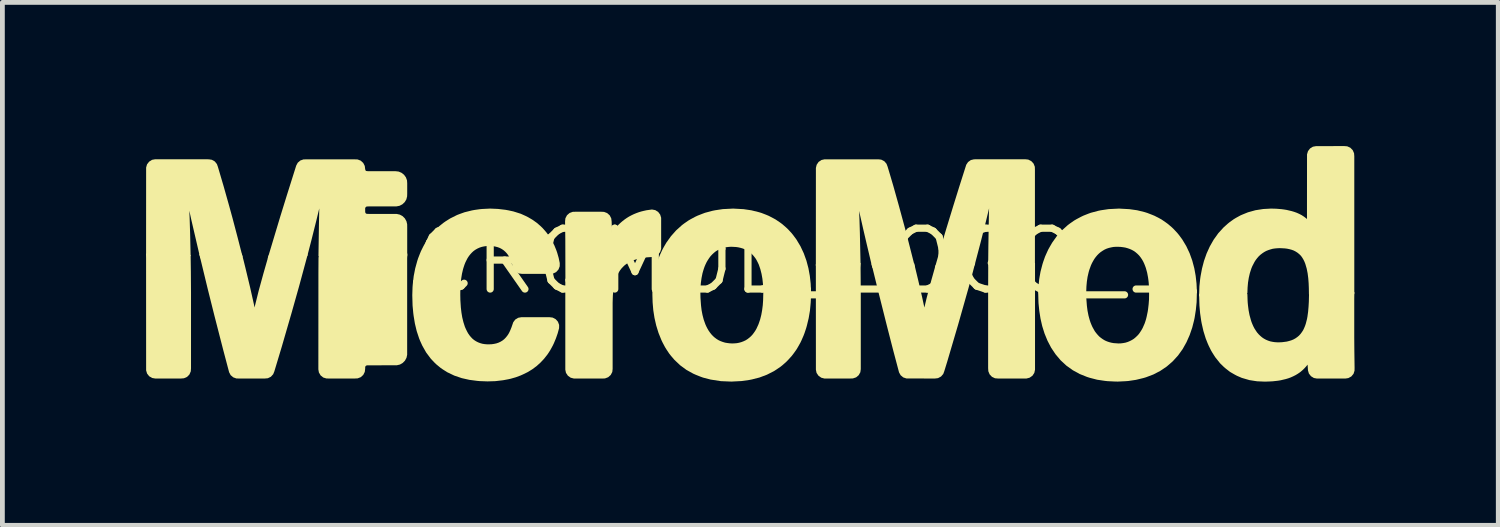
<source format=kicad_pcb>
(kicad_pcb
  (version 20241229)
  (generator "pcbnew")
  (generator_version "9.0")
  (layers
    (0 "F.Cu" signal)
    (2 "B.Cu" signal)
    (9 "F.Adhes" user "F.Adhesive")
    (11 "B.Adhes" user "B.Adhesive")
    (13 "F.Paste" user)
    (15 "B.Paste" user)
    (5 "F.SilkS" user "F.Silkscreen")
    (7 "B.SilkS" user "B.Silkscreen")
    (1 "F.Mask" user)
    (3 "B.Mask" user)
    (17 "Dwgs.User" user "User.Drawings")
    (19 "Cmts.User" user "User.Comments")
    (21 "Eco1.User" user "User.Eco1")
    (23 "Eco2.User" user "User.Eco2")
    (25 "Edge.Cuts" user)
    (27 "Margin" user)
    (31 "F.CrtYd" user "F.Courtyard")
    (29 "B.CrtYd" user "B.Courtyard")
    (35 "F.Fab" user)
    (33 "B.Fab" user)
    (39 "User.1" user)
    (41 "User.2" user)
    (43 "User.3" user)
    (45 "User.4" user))
  (footprint "MICROMOD_LOGO_1"
    (layer "F.Cu")
    (at 12.597 2.405)
    (property "Reference" "MICROMOD_LOGO_1" (at 0 0 0) (layer "F.SilkS") (effects (font (size 1.27 1.27) (thickness 0.15))))
    (fp_poly (pts (xy 2.325 0.665) (xy 2.325 2.252) (xy 2.316 2.317) (xy 2.281 2.379) (xy 2.227 2.424) (xy 2.161 2.446) (xy 2.1 2.448) (xy 1.565 2.448) (xy 1.5 2.431) (xy 1.442 2.39) (xy 1.402 2.331) (xy 1.388 2.265) (xy 1.387 0.058) (xy 1.472 0.035) (xy 2.32 0.035)) (stroke (width 0) (type default)) (fill yes) (layer "F.SilkS"))
    (fp_poly (pts (xy 5.963 2.265) (xy 5.948 2.331) (xy 5.909 2.39) (xy 5.85 2.431) (xy 5.784 2.448) (xy 5.192 2.448) (xy 5.128 2.443) (xy 5.064 2.413) (xy 5.015 2.361) (xy 4.988 2.296) (xy 4.984 2.233) (xy 4.984 0.693) (xy 4.986 0.088) (xy 5.045 0.035) (xy 5.963 0.035)) (stroke (width 0) (type default)) (fill yes) (layer "F.SilkS"))
    (fp_poly (pts (xy -11.667 -0.126) (xy -11.662 0.223) (xy -11.659 0.647) (xy -11.659 2.236) (xy -11.664 2.299) (xy -11.692 2.364) (xy -11.742 2.415) (xy -11.807 2.443) (xy -11.87 2.448) (xy -12.405 2.448) (xy -12.47 2.437) (xy -12.532 2.401) (xy -12.576 2.345) (xy -12.596 2.279) (xy -12.597 -0.16) (xy -11.743 -0.16)) (stroke (width 0) (type default)) (fill yes) (layer "F.SilkS"))
    (fp_poly (pts (xy -2.827 0.509) (xy -2.842 0.61) (xy -2.851 0.713) (xy -2.853 0.764) (xy -2.856 0.869) (xy -2.856 2.247) (xy -2.863 2.311) (xy -2.896 2.374) (xy -2.949 2.421) (xy -3.015 2.446) (xy -3.077 2.449) (xy -3.666 2.448) (xy -3.732 2.431) (xy -3.79 2.39) (xy -3.83 2.33) (xy -3.844 2.264) (xy -3.844 0.367) (xy -3.757 0.346) (xy -2.788 0.346)) (stroke (width 0) (type default)) (fill yes) (layer "F.SilkS"))
    (fp_poly (pts (xy -11.289 -2.129) (xy -11.224 -2.119) (xy -11.162 -2.084) (xy -11.118 -2.029) (xy -11.097 -1.97) (xy -10.977 -1.563) (xy -10.862 -1.155) (xy -10.792 -0.9) (xy -10.684 -0.49) (xy -10.579 -0.081) (xy -10.676 -0.06) (xy -11.459 -0.06) (xy -11.485 -0.145) (xy -11.653 -0.868) (xy -11.694 -1.056) (xy -11.687 -0.879) (xy -11.677 -0.561) (xy -11.667 -0.117) (xy -11.723 -0.06) (xy -12.576 -0.06) (xy -12.597 -0.147) (xy -12.596 -1.958) (xy -12.577 -2.024) (xy -12.533 -2.08) (xy -12.473 -2.118) (xy -12.407 -2.13)) (stroke (width 0) (type default)) (fill yes) (layer "F.SilkS"))
    (fp_poly (pts (xy -7.146 -0.057) (xy -7.146 1.953) (xy -7.16 2.016) (xy -7.192 2.075) (xy -7.238 2.122) (xy -7.296 2.156) (xy -7.36 2.171) (xy -7.987 2.173) (xy -8.01 2.184) (xy -8.022 2.204) (xy -8.023 2.246) (xy -8.031 2.31) (xy -8.063 2.373) (xy -8.115 2.42) (xy -8.18 2.445) (xy -8.242 2.448) (xy -8.772 2.448) (xy -8.832 2.447) (xy -8.898 2.427) (xy -8.953 2.383) (xy -8.989 2.321) (xy -9 2.257) (xy -8.999 0.247) (xy -8.997 -0.076) (xy -8.972 -0.16) (xy -7.142 -0.16)) (stroke (width 0) (type default)) (fill yes) (layer "F.SilkS"))
    (fp_poly (pts (xy 5.822 -2.123) (xy 5.885 -2.091) (xy 5.933 -2.039) (xy 5.959 -1.973) (xy 5.961 -1.911) (xy 5.961 0.064) (xy 5.921 0.134) (xy 5.004 0.134) (xy 4.985 0.045) (xy 4.989 -0.331) (xy 5.001 -1.02) (xy 5.004 -1.106) (xy 4.944 -0.857) (xy 4.827 -0.394) (xy 4.702 0.081) (xy 4.647 0.134) (xy 3.872 0.134) (xy 3.978 -0.235) (xy 4.099 -0.641) (xy 4.254 -1.148) (xy 4.38 -1.553) (xy 4.527 -2.015) (xy 4.565 -2.072) (xy 4.623 -2.113) (xy 4.69 -2.129) (xy 5.702 -2.13) (xy 5.758 -2.13)) (stroke (width 0) (type default)) (fill yes) (layer "F.SilkS"))
    (fp_poly (pts (xy 2.752 -2.122) (xy 2.816 -2.089) (xy 2.862 -2.036) (xy 2.885 -1.976) (xy 2.946 -1.772) (xy 3.006 -1.568) (xy 3.12 -1.161) (xy 3.245 -0.701) (xy 3.299 -0.496) (xy 3.457 0.125) (xy 3.348 0.135) (xy 2.566 0.135) (xy 2.447 -0.367) (xy 2.375 -0.676) (xy 2.293 -1.038) (xy 2.29 -1.05) (xy 2.298 -0.863) (xy 2.306 -0.598) (xy 2.32 0.04) (xy 2.309 0.135) (xy 1.458 0.135) (xy 1.387 0.096) (xy 1.388 -1.949) (xy 1.404 -2.015) (xy 1.444 -2.074) (xy 1.503 -2.114) (xy 1.569 -2.129) (xy 2.688 -2.129)) (stroke (width 0) (type default)) (fill yes) (layer "F.SilkS"))
    (fp_poly (pts (xy 4.644 0.303) (xy 4.574 0.559) (xy 4.357 1.325) (xy 4.132 2.089) (xy 4.069 2.294) (xy 4.047 2.353) (xy 4.001 2.406) (xy 3.938 2.44) (xy 3.873 2.448) (xy 3.279 2.447) (xy 3.212 2.425) (xy 3.157 2.379) (xy 3.124 2.32) (xy 3 1.852) (xy 2.868 1.338) (xy 2.687 0.617) (xy 2.547 0.047) (xy 2.652 0.035) (xy 3.437 0.035) (xy 3.521 0.383) (xy 3.605 0.745) (xy 3.65 0.954) (xy 3.653 0.965) (xy 3.7 0.767) (xy 3.795 0.407) (xy 3.885 0.088) (xy 3.939 0.035) (xy 4.714 0.035)) (stroke (width 0) (type default)) (fill yes) (layer "F.SilkS"))
    (fp_poly (pts (xy -10.562 -0.021) (xy -10.524 0.133) (xy -10.425 0.545) (xy -10.344 0.906) (xy -10.332 0.966) (xy -10.322 0.921) (xy -10.245 0.612) (xy -10.147 0.255) (xy -10.04 -0.118) (xy -9.977 -0.16) (xy -9.325 -0.16) (xy -9.222 -0.144) (xy -9.402 0.521) (xy -9.56 1.081) (xy -9.766 1.791) (xy -9.919 2.299) (xy -9.943 2.358) (xy -9.991 2.411) (xy -10.054 2.442) (xy -10.118 2.448) (xy -10.649 2.448) (xy -10.711 2.447) (xy -10.776 2.424) (xy -10.831 2.378) (xy -10.863 2.318) (xy -10.986 1.853) (xy -11.17 1.137) (xy -11.311 0.573) (xy -11.486 -0.15) (xy -11.38 -0.16) (xy -10.6 -0.16)) (stroke (width 0) (type default)) (fill yes) (layer "F.SilkS"))
    (fp_poly (pts (xy -8.181 -2.126) (xy -8.116 -2.101) (xy -8.063 -2.053) (xy -8.031 -1.99) (xy -8.024 -1.932) (xy -8.017 -1.899) (xy -8.001 -1.885) (xy -7.967 -1.881) (xy -7.386 -1.88) (xy -7.324 -1.873) (xy -7.263 -1.847) (xy -7.211 -1.806) (xy -7.172 -1.752) (xy -7.149 -1.689) (xy -7.145 -1.628) (xy -7.145 -1.414) (xy -7.147 -1.355) (xy -7.163 -1.291) (xy -7.198 -1.234) (xy -7.246 -1.189) (xy -7.306 -1.158) (xy -7.369 -1.146) (xy -7.954 -1.145) (xy -7.993 -1.143) (xy -8.012 -1.131) (xy -8.023 -1.107) (xy -8.022 -1.024) (xy -8.011 -1.001) (xy -7.99 -0.99) (xy -7.95 -0.989) (xy -7.363 -0.988) (xy -7.3 -0.974) (xy -7.241 -0.942) (xy -7.194 -0.895) (xy -7.161 -0.836) (xy -7.146 -0.773) (xy -7.145 -0.715) (xy -7.145 -0.107) (xy -7.209 -0.06) (xy -8.933 -0.06) (xy -8.998 -0.107) (xy -8.988 -0.768) (xy -8.981 -1.104) (xy -9.043 -0.847) (xy -9.146 -0.436) (xy -9.229 -0.117) (xy -9.281 -0.06) (xy -10.058 -0.06) (xy -9.795 -0.935) (xy -9.654 -1.39) (xy -9.462 -1.999) (xy -9.43 -2.058) (xy -9.376 -2.104) (xy -9.31 -2.127) (xy -9.249 -2.128) (xy -8.243 -2.128)) (stroke (width 0) (type default)) (fill yes) (layer "F.SilkS"))
    (fp_poly (pts (xy -1.966 -1.068) (xy -1.906 -1.031) (xy -1.863 -0.974) (xy -1.843 -0.908) (xy -1.843 -0.259) (xy -1.864 -0.193) (xy -1.908 -0.137) (xy -1.969 -0.101) (xy -2.032 -0.089) (xy -2.139 -0.082) (xy -2.24 -0.069) (xy -2.339 -0.047) (xy -2.387 -0.033) (xy -2.434 -0.016) (xy -2.479 0.003) (xy -2.522 0.026) (xy -2.564 0.053) (xy -2.602 0.081) (xy -2.637 0.114) (xy -2.671 0.15) (xy -2.7 0.188) (xy -2.726 0.229) (xy -2.75 0.273) (xy -2.77 0.318) (xy -2.818 0.446) (xy -3.758 0.446) (xy -3.842 0.422) (xy -3.844 -0.461) (xy -3.849 -0.833) (xy -3.842 -0.898) (xy -3.809 -0.961) (xy -3.755 -1.008) (xy -3.69 -1.032) (xy -3.628 -1.034) (xy -3.097 -1.034) (xy -3.035 -1.031) (xy -2.97 -1.006) (xy -2.917 -0.959) (xy -2.885 -0.896) (xy -2.877 -0.833) (xy -2.871 -0.672) (xy -2.87 -0.591) (xy -2.869 -0.592) (xy -2.838 -0.638) (xy -2.805 -0.682) (xy -2.77 -0.725) (xy -2.731 -0.765) (xy -2.691 -0.803) (xy -2.649 -0.839) (xy -2.605 -0.873) (xy -2.559 -0.905) (xy -2.512 -0.934) (xy -2.463 -0.96) (xy -2.413 -0.984) (xy -2.362 -1.005) (xy -2.31 -1.024) (xy -2.257 -1.04) (xy -2.204 -1.053) (xy -2.15 -1.065) (xy -2.035 -1.081)) (stroke (width 0) (type default)) (fill yes) (layer "F.SilkS"))
    (fp_poly (pts (xy 9.337 0.854) (xy 9.321 1.015) (xy 9.296 1.175) (xy 9.285 1.229) (xy 9.245 1.386) (xy 9.192 1.54) (xy 9.126 1.689) (xy 9.046 1.832) (xy 8.95 1.966) (xy 8.839 2.088) (xy 8.715 2.196) (xy 8.579 2.288) (xy 8.433 2.364) (xy 8.28 2.422) (xy 8.226 2.438) (xy 8.069 2.476) (xy 7.908 2.5) (xy 7.853 2.504) (xy 7.691 2.512) (xy 7.636 2.511) (xy 7.475 2.503) (xy 7.42 2.497) (xy 7.26 2.473) (xy 7.102 2.432) (xy 7.049 2.415) (xy 6.897 2.354) (xy 6.752 2.275) (xy 6.618 2.179) (xy 6.497 2.067) (xy 6.391 1.941) (xy 6.3 1.805) (xy 6.224 1.66) (xy 6.162 1.509) (xy 6.113 1.353) (xy 6.077 1.195) (xy 6.052 1.035) (xy 6.036 0.874) (xy 6.034 0.82) (xy 6.029 0.63) (xy 6.101 0.59) (xy 6.988 0.59) (xy 7.032 0.656) (xy 7.034 0.775) (xy 7.046 0.93) (xy 7.059 1.032) (xy 7.079 1.133) (xy 7.092 1.182) (xy 7.106 1.231) (xy 7.122 1.279) (xy 7.141 1.326) (xy 7.161 1.371) (xy 7.21 1.459) (xy 7.239 1.498) (xy 7.271 1.536) (xy 7.304 1.571) (xy 7.341 1.601) (xy 7.381 1.629) (xy 7.423 1.654) (xy 7.466 1.673) (xy 7.513 1.689) (xy 7.56 1.701) (xy 7.607 1.709) (xy 7.707 1.716) (xy 7.756 1.714) (xy 7.805 1.708) (xy 7.852 1.699) (xy 7.898 1.685) (xy 7.943 1.666) (xy 7.986 1.644) (xy 8.026 1.619) (xy 8.063 1.588) (xy 8.099 1.554) (xy 8.131 1.519) (xy 8.159 1.479) (xy 8.186 1.437) (xy 8.21 1.394) (xy 8.251 1.301) (xy 8.267 1.254) (xy 8.282 1.205) (xy 8.294 1.156) (xy 8.315 1.055) (xy 8.323 1.005) (xy 8.335 0.902) (xy 8.343 0.799) (xy 8.346 0.595) (xy 8.444 0.59) (xy 9.344 0.59)) (stroke (width 0) (type default)) (fill yes) (layer "F.SilkS"))
    (fp_poly (pts (xy 12.482 -2.4) (xy 12.546 -2.371) (xy 12.596 -2.32) (xy 12.624 -2.256) (xy 12.629 -2.193) (xy 12.629 0.682) (xy 12.575 0.74) (xy 11.743 0.74) (xy 11.682 0.69) (xy 11.68 0.562) (xy 11.676 0.458) (xy 11.668 0.355) (xy 11.655 0.252) (xy 11.635 0.152) (xy 11.607 0.056) (xy 11.589 0.01) (xy 11.568 -0.033) (xy 11.543 -0.075) (xy 11.516 -0.113) (xy 11.483 -0.146) (xy 11.447 -0.176) (xy 11.407 -0.202) (xy 11.365 -0.224) (xy 11.321 -0.24) (xy 11.273 -0.253) (xy 11.225 -0.263) (xy 11.176 -0.269) (xy 11.075 -0.274) (xy 11.025 -0.272) (xy 10.976 -0.268) (xy 10.927 -0.261) (xy 10.88 -0.248) (xy 10.834 -0.233) (xy 10.789 -0.215) (xy 10.747 -0.192) (xy 10.707 -0.165) (xy 10.668 -0.135) (xy 10.633 -0.102) (xy 10.601 -0.065) (xy 10.571 -0.026) (xy 10.545 0.015) (xy 10.499 0.104) (xy 10.48 0.15) (xy 10.449 0.246) (xy 10.426 0.345) (xy 10.41 0.446) (xy 10.401 0.549) (xy 10.397 0.661) (xy 10.368 0.74) (xy 9.485 0.74) (xy 9.389 0.73) (xy 9.395 0.523) (xy 9.412 0.362) (xy 9.42 0.308) (xy 9.45 0.15) (xy 9.491 -0.007) (xy 9.545 -0.161) (xy 9.612 -0.309) (xy 9.693 -0.451) (xy 9.789 -0.585) (xy 9.899 -0.706) (xy 9.98 -0.779) (xy 10.023 -0.814) (xy 10.112 -0.878) (xy 10.16 -0.907) (xy 10.255 -0.959) (xy 10.307 -0.981) (xy 10.408 -1.022) (xy 10.566 -1.066) (xy 10.728 -1.091) (xy 10.891 -1.1) (xy 11 -1.097) (xy 11.108 -1.088) (xy 11.162 -1.081) (xy 11.217 -1.072) (xy 11.323 -1.047) (xy 11.376 -1.031) (xy 11.429 -1.012) (xy 11.48 -0.989) (xy 11.53 -0.963) (xy 11.578 -0.932) (xy 11.624 -0.897) (xy 11.641 -0.881) (xy 11.642 -2.232) (xy 11.662 -2.299) (xy 11.705 -2.355) (xy 11.765 -2.392) (xy 11.831 -2.404) (xy 12.419 -2.405)) (stroke (width 0) (type default)) (fill yes) (layer "F.SilkS"))
    (fp_poly (pts (xy -0.122 -1.088) (xy 0.04 -1.064) (xy 0.198 -1.025) (xy 0.251 -1.009) (xy 0.352 -0.97) (xy 0.404 -0.948) (xy 0.5 -0.898) (xy 0.549 -0.871) (xy 0.639 -0.81) (xy 0.684 -0.777) (xy 0.767 -0.705) (xy 0.807 -0.667) (xy 0.881 -0.587) (xy 0.916 -0.543) (xy 0.981 -0.455) (xy 1.065 -0.315) (xy 1.135 -0.166) (xy 1.19 -0.013) (xy 1.232 0.145) (xy 1.261 0.305) (xy 1.279 0.466) (xy 1.285 0.598) (xy 1.225 0.651) (xy 0.331 0.651) (xy 0.289 0.584) (xy 0.282 0.466) (xy 0.271 0.364) (xy 0.253 0.263) (xy 0.228 0.164) (xy 0.195 0.068) (xy 0.174 0.024) (xy 0.151 -0.021) (xy 0.126 -0.062) (xy 0.096 -0.101) (xy 0.064 -0.138) (xy 0.029 -0.171) (xy -0.009 -0.2) (xy -0.05 -0.226) (xy -0.093 -0.248) (xy -0.137 -0.266) (xy -0.184 -0.28) (xy -0.233 -0.291) (xy -0.281 -0.298) (xy -0.382 -0.303) (xy -0.43 -0.3) (xy -0.48 -0.294) (xy -0.527 -0.286) (xy -0.573 -0.272) (xy -0.619 -0.253) (xy -0.662 -0.232) (xy -0.703 -0.207) (xy -0.74 -0.177) (xy -0.777 -0.143) (xy -0.81 -0.108) (xy -0.839 -0.069) (xy -0.867 -0.027) (xy -0.892 0.015) (xy -0.914 0.06) (xy -0.934 0.106) (xy -0.951 0.154) (xy -0.966 0.202) (xy -0.98 0.251) (xy -1 0.351) (xy -1.014 0.453) (xy -1.022 0.559) (xy -1.036 0.65) (xy -1.93 0.65) (xy -2.026 0.638) (xy -2.017 0.484) (xy -2.005 0.376) (xy -1.977 0.216) (xy -1.937 0.059) (xy -1.92 0.006) (xy -1.883 -0.096) (xy -1.862 -0.146) (xy -1.816 -0.245) (xy -1.79 -0.293) (xy -1.735 -0.388) (xy -1.64 -0.521) (xy -1.531 -0.644) (xy -1.409 -0.754) (xy -1.364 -0.788) (xy -1.275 -0.85) (xy -1.227 -0.878) (xy -1.132 -0.929) (xy -1.081 -0.953) (xy -0.981 -0.992) (xy -0.928 -1.012) (xy -0.771 -1.054) (xy -0.716 -1.065) (xy -0.556 -1.089) (xy -0.339 -1.1)) (stroke (width 0) (type default)) (fill yes) (layer "F.SilkS"))
    (fp_poly (pts (xy -6.034 0.55) (xy -6.036 0.602) (xy -6.037 0.706) (xy -6.035 0.81) (xy -6.025 0.966) (xy -6.013 1.069) (xy -5.996 1.171) (xy -5.972 1.27) (xy -5.941 1.367) (xy -5.921 1.413) (xy -5.899 1.458) (xy -5.876 1.501) (xy -5.849 1.541) (xy -5.818 1.579) (xy -5.785 1.614) (xy -5.749 1.644) (xy -5.709 1.67) (xy -5.666 1.692) (xy -5.622 1.709) (xy -5.576 1.722) (xy -5.528 1.73) (xy -5.479 1.734) (xy -5.43 1.734) (xy -5.381 1.732) (xy -5.332 1.725) (xy -5.285 1.715) (xy -5.24 1.7) (xy -5.197 1.68) (xy -5.157 1.656) (xy -5.12 1.627) (xy -5.087 1.593) (xy -5.057 1.556) (xy -5.03 1.516) (xy -5.007 1.472) (xy -4.987 1.427) (xy -4.968 1.38) (xy -4.931 1.273) (xy -4.889 1.217) (xy -4.828 1.18) (xy -4.763 1.168) (xy -4.172 1.168) (xy -4.108 1.176) (xy -4.045 1.209) (xy -3.998 1.262) (xy -3.973 1.329) (xy -3.974 1.397) (xy -4.004 1.507) (xy -4.04 1.61) (xy -4.082 1.711) (xy -4.106 1.761) (xy -4.158 1.856) (xy -4.188 1.903) (xy -4.219 1.949) (xy -4.287 2.035) (xy -4.362 2.115) (xy -4.444 2.189) (xy -4.533 2.255) (xy -4.58 2.284) (xy -4.627 2.313) (xy -4.725 2.361) (xy -4.776 2.384) (xy -4.878 2.422) (xy -4.983 2.452) (xy -5.037 2.464) (xy -5.144 2.484) (xy -5.306 2.503) (xy -5.468 2.508) (xy -5.63 2.502) (xy -5.685 2.497) (xy -5.846 2.476) (xy -6.006 2.44) (xy -6.162 2.387) (xy -6.31 2.316) (xy -6.403 2.257) (xy -6.449 2.225) (xy -6.534 2.155) (xy -6.574 2.117) (xy -6.65 2.037) (xy -6.749 1.905) (xy -6.83 1.762) (xy -6.875 1.663) (xy -6.896 1.611) (xy -6.947 1.457) (xy -6.985 1.298) (xy -7.011 1.139) (xy -7.018 1.085) (xy -7.033 0.924) (xy -7.039 0.709) (xy -7.034 0.548) (xy -7.03 0.493) (xy -7.02 0.397) (xy -6.926 0.392) (xy -6.023 0.392)) (stroke (width 0) (type default)) (fill yes) (layer "F.SilkS"))
    (fp_poly (pts (xy -5.251 -1.093) (xy -5.091 -1.074) (xy -5.036 -1.064) (xy -4.93 -1.041) (xy -4.878 -1.025) (xy -4.774 -0.992) (xy -4.674 -0.947) (xy -4.624 -0.922) (xy -4.53 -0.867) (xy -4.44 -0.803) (xy -4.398 -0.767) (xy -4.357 -0.731) (xy -4.317 -0.692) (xy -4.245 -0.61) (xy -4.211 -0.566) (xy -4.179 -0.521) (xy -4.122 -0.428) (xy -4.072 -0.33) (xy -4.031 -0.229) (xy -4.013 -0.177) (xy -3.983 -0.072) (xy -3.96 0.038) (xy -3.961 0.105) (xy -3.986 0.171) (xy -4.034 0.224) (xy -4.097 0.256) (xy -4.161 0.263) (xy -4.748 0.263) (xy -4.812 0.255) (xy -4.875 0.221) (xy -4.921 0.168) (xy -4.943 0.108) (xy -4.957 0.055) (xy -4.972 0.008) (xy -4.989 -0.038) (xy -5.011 -0.082) (xy -5.035 -0.124) (xy -5.063 -0.162) (xy -5.095 -0.197) (xy -5.13 -0.228) (xy -5.169 -0.255) (xy -5.21 -0.277) (xy -5.255 -0.294) (xy -5.301 -0.306) (xy -5.348 -0.315) (xy -5.397 -0.319) (xy -5.446 -0.32) (xy -5.495 -0.317) (xy -5.543 -0.31) (xy -5.59 -0.3) (xy -5.635 -0.285) (xy -5.679 -0.265) (xy -5.721 -0.241) (xy -5.759 -0.214) (xy -5.794 -0.182) (xy -5.827 -0.146) (xy -5.857 -0.108) (xy -5.884 -0.067) (xy -5.907 -0.023) (xy -5.929 0.021) (xy -5.948 0.068) (xy -5.964 0.116) (xy -5.979 0.164) (xy -6.002 0.263) (xy -6.018 0.364) (xy -6.025 0.43) (xy -6.073 0.492) (xy -6.96 0.492) (xy -7.025 0.443) (xy -7.009 0.308) (xy -6.978 0.149) (xy -6.935 -0.007) (xy -6.918 -0.06) (xy -6.879 -0.16) (xy -6.858 -0.211) (xy -6.81 -0.308) (xy -6.784 -0.356) (xy -6.726 -0.448) (xy -6.694 -0.494) (xy -6.627 -0.579) (xy -6.59 -0.62) (xy -6.514 -0.698) (xy -6.473 -0.735) (xy -6.388 -0.803) (xy -6.342 -0.835) (xy -6.25 -0.893) (xy -6.104 -0.966) (xy -6.052 -0.986) (xy -5.949 -1.023) (xy -5.792 -1.062) (xy -5.737 -1.072) (xy -5.631 -1.087) (xy -5.576 -1.092) (xy -5.414 -1.1)) (stroke (width 0) (type default)) (fill yes) (layer "F.SilkS"))
    (fp_poly (pts (xy 7.933 -1.088) (xy 8.095 -1.065) (xy 8.253 -1.026) (xy 8.307 -1.009) (xy 8.408 -0.97) (xy 8.459 -0.949) (xy 8.556 -0.899) (xy 8.605 -0.872) (xy 8.695 -0.81) (xy 8.74 -0.777) (xy 8.823 -0.706) (xy 8.863 -0.667) (xy 8.937 -0.587) (xy 8.972 -0.544) (xy 9.037 -0.456) (xy 9.121 -0.316) (xy 9.191 -0.167) (xy 9.246 -0.014) (xy 9.288 0.144) (xy 9.298 0.198) (xy 9.317 0.304) (xy 9.335 0.465) (xy 9.344 0.665) (xy 9.258 0.69) (xy 8.362 0.69) (xy 8.345 0.6) (xy 8.343 0.544) (xy 8.336 0.441) (xy 8.33 0.39) (xy 8.323 0.339) (xy 8.304 0.238) (xy 8.277 0.14) (xy 8.26 0.093) (xy 8.241 0.046) (xy 8.22 0.002) (xy 8.195 -0.041) (xy 8.167 -0.082) (xy 8.137 -0.12) (xy 8.103 -0.154) (xy 8.066 -0.186) (xy 8.027 -0.214) (xy 7.986 -0.237) (xy 7.941 -0.257) (xy 7.895 -0.273) (xy 7.848 -0.286) (xy 7.799 -0.294) (xy 7.75 -0.3) (xy 7.7 -0.302) (xy 7.65 -0.302) (xy 7.601 -0.299) (xy 7.554 -0.29) (xy 7.506 -0.279) (xy 7.46 -0.264) (xy 7.416 -0.244) (xy 7.374 -0.219) (xy 7.334 -0.192) (xy 7.297 -0.161) (xy 7.263 -0.127) (xy 7.231 -0.089) (xy 7.202 -0.049) (xy 7.177 -0.007) (xy 7.153 0.037) (xy 7.132 0.082) (xy 7.097 0.178) (xy 7.083 0.226) (xy 7.06 0.326) (xy 7.045 0.427) (xy 7.036 0.53) (xy 7.031 0.676) (xy 6.94 0.69) (xy 6.044 0.69) (xy 6.032 0.596) (xy 6.034 0.538) (xy 6.05 0.377) (xy 6.059 0.322) (xy 6.078 0.216) (xy 6.119 0.059) (xy 6.136 0.006) (xy 6.172 -0.096) (xy 6.194 -0.146) (xy 6.239 -0.245) (xy 6.266 -0.293) (xy 6.321 -0.388) (xy 6.415 -0.521) (xy 6.524 -0.644) (xy 6.646 -0.754) (xy 6.691 -0.788) (xy 6.78 -0.85) (xy 6.828 -0.878) (xy 6.924 -0.929) (xy 6.974 -0.953) (xy 7.075 -0.993) (xy 7.127 -1.012) (xy 7.285 -1.054) (xy 7.339 -1.065) (xy 7.5 -1.089) (xy 7.717 -1.1)) (stroke (width 0) (type default)) (fill yes) (layer "F.SilkS"))
    (fp_poly (pts (xy -1.022 0.56) (xy -1.024 0.658) (xy -1.022 0.762) (xy -1.011 0.918) (xy -0.999 1.02) (xy -0.98 1.12) (xy -0.954 1.219) (xy -0.92 1.315) (xy -0.9 1.36) (xy -0.877 1.405) (xy -0.852 1.448) (xy -0.824 1.488) (xy -0.793 1.527) (xy -0.76 1.562) (xy -0.724 1.594) (xy -0.685 1.623) (xy -0.644 1.648) (xy -0.601 1.668) (xy -0.555 1.685) (xy -0.508 1.699) (xy -0.461 1.707) (xy -0.411 1.713) (xy -0.362 1.716) (xy -0.313 1.714) (xy -0.263 1.71) (xy -0.216 1.701) (xy -0.169 1.688) (xy -0.124 1.671) (xy -0.081 1.651) (xy -0.041 1.626) (xy -0.002 1.596) (xy 0.034 1.564) (xy 0.067 1.528) (xy 0.096 1.489) (xy 0.124 1.448) (xy 0.148 1.406) (xy 0.19 1.314) (xy 0.223 1.218) (xy 0.248 1.119) (xy 0.257 1.069) (xy 0.266 1.018) (xy 0.279 0.916) (xy 0.286 0.812) (xy 0.29 0.656) (xy 0.288 0.556) (xy 0.388 0.55) (xy 1.284 0.55) (xy 1.287 0.654) (xy 1.282 0.814) (xy 1.279 0.869) (xy 1.264 1.029) (xy 1.237 1.189) (xy 1.199 1.346) (xy 1.184 1.399) (xy 1.15 1.501) (xy 1.13 1.553) (xy 1.087 1.652) (xy 1.063 1.702) (xy 1.01 1.796) (xy 0.981 1.844) (xy 0.918 1.932) (xy 0.884 1.976) (xy 0.811 2.057) (xy 0.772 2.097) (xy 0.691 2.169) (xy 0.647 2.204) (xy 0.557 2.265) (xy 0.51 2.295) (xy 0.364 2.369) (xy 0.21 2.427) (xy 0.053 2.467) (xy -0.002 2.478) (xy -0.163 2.501) (xy -0.378 2.512) (xy -0.595 2.503) (xy -0.809 2.47) (xy -0.967 2.429) (xy -1.02 2.41) (xy -1.12 2.37) (xy -1.172 2.347) (xy -1.315 2.268) (xy -1.448 2.17) (xy -1.567 2.057) (xy -1.638 1.974) (xy -1.673 1.93) (xy -1.733 1.84) (xy -1.762 1.793) (xy -1.813 1.697) (xy -1.837 1.647) (xy -1.898 1.496) (xy -1.946 1.341) (xy -1.982 1.183) (xy -2.007 1.023) (xy -2.021 0.861) (xy -2.026 0.7) (xy -2.026 0.642) (xy -2.01 0.55) (xy -1.119 0.55)) (stroke (width 0) (type default)) (fill yes) (layer "F.SilkS"))
    (fp_poly (pts (xy 12.628 0.796) (xy 12.628 1.588) (xy 12.63 1.852) (xy 12.635 2.222) (xy 12.634 2.284) (xy 12.613 2.35) (xy 12.567 2.405) (xy 12.505 2.439) (xy 12.44 2.449) (xy 11.851 2.449) (xy 11.785 2.437) (xy 11.725 2.4) (xy 11.681 2.344) (xy 11.662 2.279) (xy 11.654 2.158) (xy 11.62 2.2) (xy 11.582 2.241) (xy 11.541 2.28) (xy 11.498 2.316) (xy 11.451 2.348) (xy 11.403 2.377) (xy 11.353 2.402) (xy 11.302 2.425) (xy 11.25 2.444) (xy 11.196 2.46) (xy 11.09 2.485) (xy 11.035 2.494) (xy 10.927 2.506) (xy 10.873 2.509) (xy 10.764 2.513) (xy 10.602 2.506) (xy 10.547 2.498) (xy 10.439 2.481) (xy 10.281 2.435) (xy 10.179 2.391) (xy 10.13 2.365) (xy 10.035 2.31) (xy 9.947 2.242) (xy 9.905 2.206) (xy 9.826 2.129) (xy 9.724 2.001) (xy 9.665 1.908) (xy 9.637 1.86) (xy 9.589 1.763) (xy 9.567 1.713) (xy 9.527 1.612) (xy 9.479 1.457) (xy 9.443 1.299) (xy 9.433 1.246) (xy 9.41 1.086) (xy 9.396 0.926) (xy 9.389 0.685) (xy 9.457 0.64) (xy 10.334 0.64) (xy 10.397 0.687) (xy 10.401 0.816) (xy 10.404 0.868) (xy 10.409 0.919) (xy 10.422 1.021) (xy 10.441 1.121) (xy 10.468 1.22) (xy 10.483 1.268) (xy 10.502 1.315) (xy 10.522 1.36) (xy 10.545 1.404) (xy 10.572 1.446) (xy 10.599 1.486) (xy 10.631 1.523) (xy 10.666 1.557) (xy 10.702 1.588) (xy 10.742 1.615) (xy 10.784 1.638) (xy 10.829 1.657) (xy 10.874 1.672) (xy 10.922 1.682) (xy 10.97 1.689) (xy 11.019 1.692) (xy 11.069 1.692) (xy 11.119 1.69) (xy 11.219 1.677) (xy 11.266 1.665) (xy 11.313 1.651) (xy 11.357 1.633) (xy 11.399 1.61) (xy 11.438 1.583) (xy 11.474 1.553) (xy 11.506 1.518) (xy 11.535 1.479) (xy 11.561 1.439) (xy 11.582 1.395) (xy 11.601 1.349) (xy 11.617 1.302) (xy 11.642 1.204) (xy 11.651 1.155) (xy 11.665 1.052) (xy 11.674 0.949) (xy 11.68 0.845) (xy 11.685 0.64) (xy 12.63 0.64)) (stroke (width 0) (type default)) (fill yes) (layer "F.SilkS")))
  (gr_rect
    (start -3 -3)
    (end 28.232 7.918)
    (stroke (width 0.1) (type default))
    (fill no)
    (layer "Edge.Cuts")))
</source>
